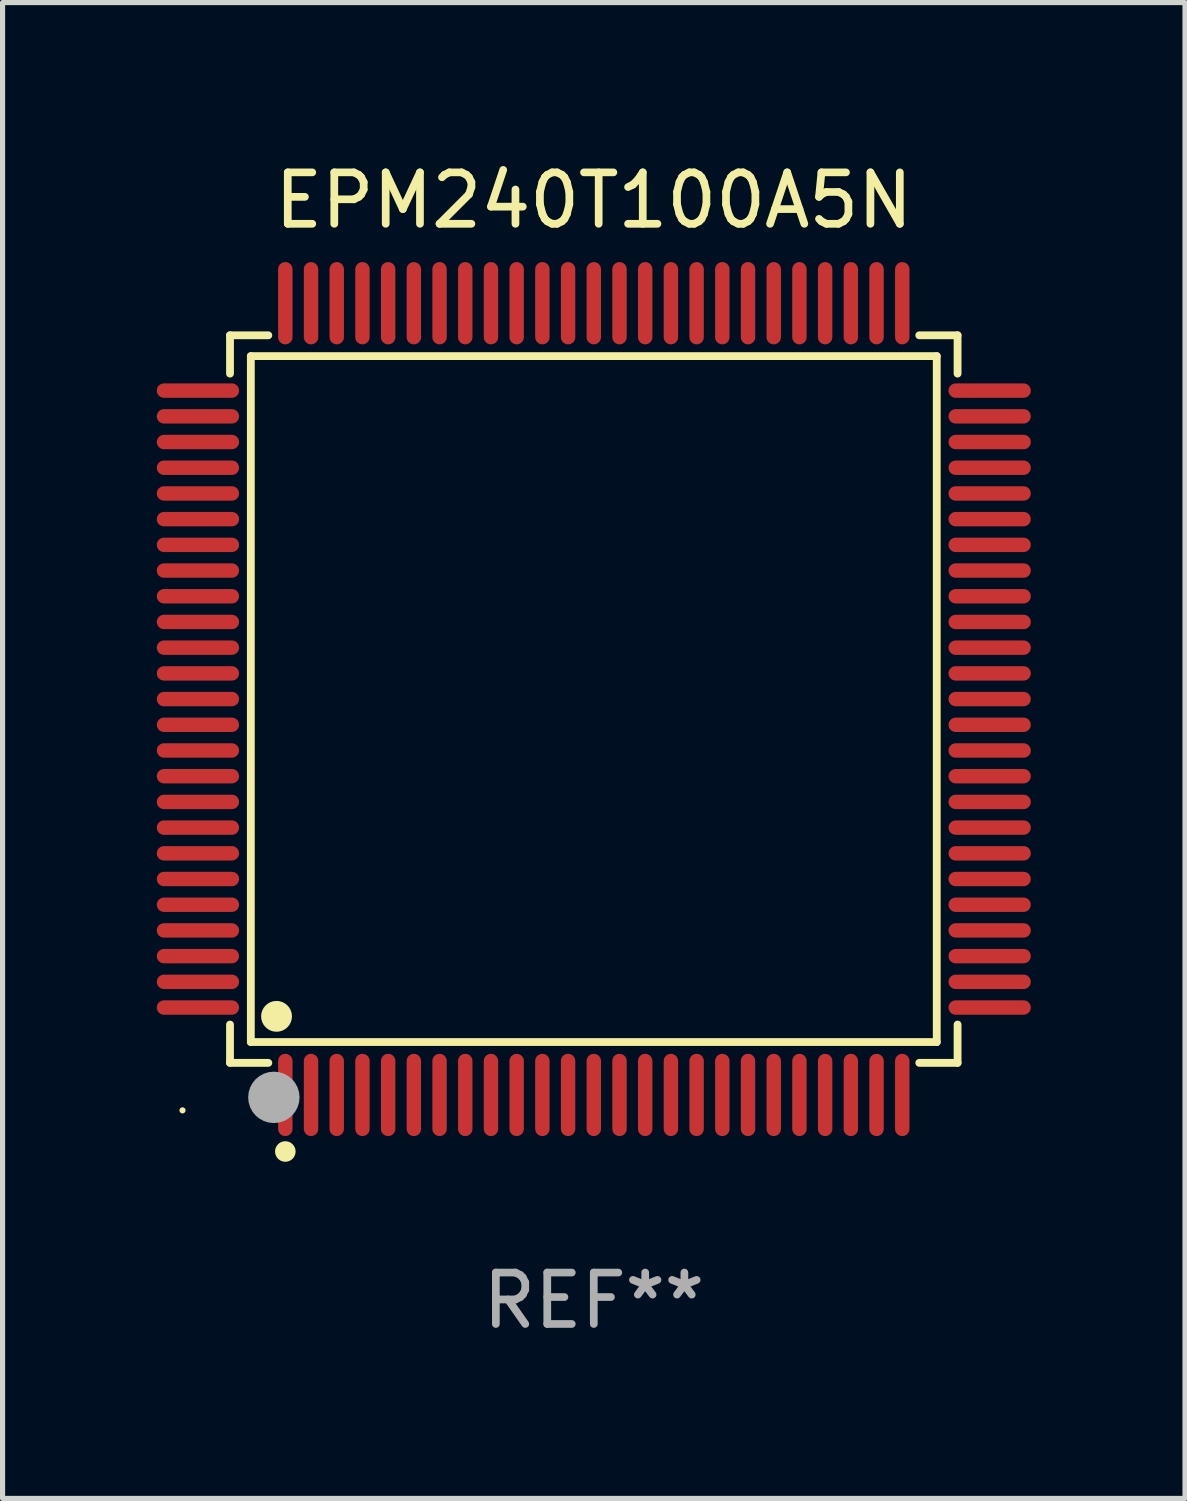
<source format=kicad_pcb>
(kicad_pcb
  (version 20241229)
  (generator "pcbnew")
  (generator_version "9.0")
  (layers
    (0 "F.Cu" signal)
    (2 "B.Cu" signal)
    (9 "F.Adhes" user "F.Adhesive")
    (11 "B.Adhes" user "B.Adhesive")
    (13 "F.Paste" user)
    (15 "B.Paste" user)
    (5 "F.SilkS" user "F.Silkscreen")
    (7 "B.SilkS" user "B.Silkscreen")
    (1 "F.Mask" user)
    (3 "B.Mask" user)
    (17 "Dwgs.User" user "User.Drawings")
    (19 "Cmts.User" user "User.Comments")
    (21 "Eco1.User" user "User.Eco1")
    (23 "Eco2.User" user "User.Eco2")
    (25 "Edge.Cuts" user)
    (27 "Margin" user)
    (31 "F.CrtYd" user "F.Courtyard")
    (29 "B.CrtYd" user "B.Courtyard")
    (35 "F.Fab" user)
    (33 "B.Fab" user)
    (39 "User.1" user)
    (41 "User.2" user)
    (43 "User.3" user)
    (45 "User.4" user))
  (footprint "EPM240T100A5N"
    (layer "F.Cu")
    (at 8.5 10.548)
    (property "Reference" "EPM240T100A5N" (at 0 -9.7 0) (layer "F.SilkS") (effects (font (size 1 1) (thickness 0.15))))
    (attr through_hole)
    (fp_line (start -7.076 -7.076) (end -6.331 -7.076) (stroke (width 0.152) (type solid)) (layer "F.SilkS"))
    (fp_line (start -7.076 -6.331) (end -7.076 -7.076) (stroke (width 0.152) (type solid)) (layer "F.SilkS"))
    (fp_line (start -7.076 6.331) (end -7.076 7.076) (stroke (width 0.152) (type solid)) (layer "F.SilkS"))
    (fp_line (start -7.076 7.076) (end -6.331 7.076) (stroke (width 0.152) (type solid)) (layer "F.SilkS"))
    (fp_line (start -6.671 -6.671) (end 6.671 -6.671) (stroke (width 0.152) (type solid)) (layer "F.SilkS"))
    (fp_line (start -6.671 6.671) (end -6.671 -6.671) (stroke (width 0.152) (type solid)) (layer "F.SilkS"))
    (fp_line (start 6.671 -6.671) (end 6.671 6.671) (stroke (width 0.152) (type solid)) (layer "F.SilkS"))
    (fp_line (start 6.671 6.671) (end -6.671 6.671) (stroke (width 0.152) (type solid)) (layer "F.SilkS"))
    (fp_line (start 7.076 -7.076) (end 6.331 -7.076) (stroke (width 0.152) (type solid)) (layer "F.SilkS"))
    (fp_line (start 7.076 -6.331) (end 7.076 -7.076) (stroke (width 0.152) (type solid)) (layer "F.SilkS"))
    (fp_line (start 7.076 6.331) (end 7.076 7.076) (stroke (width 0.152) (type solid)) (layer "F.SilkS"))
    (fp_line (start 7.076 7.076) (end 6.331 7.076) (stroke (width 0.152) (type solid)) (layer "F.SilkS"))
    (fp_circle (center -8 8) (end -7.97 8) (stroke (width 0.06) (type solid)) (fill no) (layer "F.SilkS"))
    (fp_circle (center -6.171 6.171) (end -6.021 6.171) (stroke (width 0.3) (type solid)) (fill no) (layer "F.SilkS"))
    (fp_circle (center -6 8.8) (end -5.9 8.8) (stroke (width 0.2) (type solid)) (fill no) (layer "F.SilkS"))
    (fp_circle (center -6.223 7.747) (end -5.973 7.747) (stroke (width 0.5) (type solid)) (fill no) (layer "F.Fab"))
    (fp_text user "REF**" (at 0 11.7 0) (layer "F.Fab") (effects (font (size 1 1) (thickness 0.15))))
    (pad "1" smd oval (at -6 7.7) (size 0.28 1.6) (layers "F.Cu" "F.Mask" "F.Paste"))
    (pad "2" smd oval (at -5.5 7.7) (size 0.28 1.6) (layers "F.Cu" "F.Mask" "F.Paste"))
    (pad "3" smd oval (at -5 7.7) (size 0.28 1.6) (layers "F.Cu" "F.Mask" "F.Paste"))
    (pad "4" smd oval (at -4.5 7.7) (size 0.28 1.6) (layers "F.Cu" "F.Mask" "F.Paste"))
    (pad "5" smd oval (at -4 7.7) (size 0.28 1.6) (layers "F.Cu" "F.Mask" "F.Paste"))
    (pad "6" smd oval (at -3.5 7.7) (size 0.28 1.6) (layers "F.Cu" "F.Mask" "F.Paste"))
    (pad "7" smd oval (at -3 7.7) (size 0.28 1.6) (layers "F.Cu" "F.Mask" "F.Paste"))
    (pad "8" smd oval (at -2.5 7.7) (size 0.28 1.6) (layers "F.Cu" "F.Mask" "F.Paste"))
    (pad "9" smd oval (at -2 7.7) (size 0.28 1.6) (layers "F.Cu" "F.Mask" "F.Paste"))
    (pad "10" smd oval (at -1.5 7.7) (size 0.28 1.6) (layers "F.Cu" "F.Mask" "F.Paste"))
    (pad "11" smd oval (at -1 7.7) (size 0.28 1.6) (layers "F.Cu" "F.Mask" "F.Paste"))
    (pad "12" smd oval (at -0.5 7.7) (size 0.28 1.6) (layers "F.Cu" "F.Mask" "F.Paste"))
    (pad "13" smd oval (at 0 7.7) (size 0.28 1.6) (layers "F.Cu" "F.Mask" "F.Paste"))
    (pad "14" smd oval (at 0.5 7.7) (size 0.28 1.6) (layers "F.Cu" "F.Mask" "F.Paste"))
    (pad "15" smd oval (at 1 7.7) (size 0.28 1.6) (layers "F.Cu" "F.Mask" "F.Paste"))
    (pad "16" smd oval (at 1.5 7.7) (size 0.28 1.6) (layers "F.Cu" "F.Mask" "F.Paste"))
    (pad "17" smd oval (at 2 7.7) (size 0.28 1.6) (layers "F.Cu" "F.Mask" "F.Paste"))
    (pad "18" smd oval (at 2.5 7.7) (size 0.28 1.6) (layers "F.Cu" "F.Mask" "F.Paste"))
    (pad "19" smd oval (at 3 7.7) (size 0.28 1.6) (layers "F.Cu" "F.Mask" "F.Paste"))
    (pad "20" smd oval (at 3.5 7.7) (size 0.28 1.6) (layers "F.Cu" "F.Mask" "F.Paste"))
    (pad "21" smd oval (at 4 7.7) (size 0.28 1.6) (layers "F.Cu" "F.Mask" "F.Paste"))
    (pad "22" smd oval (at 4.5 7.7) (size 0.28 1.6) (layers "F.Cu" "F.Mask" "F.Paste"))
    (pad "23" smd oval (at 5 7.7) (size 0.28 1.6) (layers "F.Cu" "F.Mask" "F.Paste"))
    (pad "24" smd oval (at 5.5 7.7) (size 0.28 1.6) (layers "F.Cu" "F.Mask" "F.Paste"))
    (pad "25" smd oval (at 6 7.7) (size 0.28 1.6) (layers "F.Cu" "F.Mask" "F.Paste"))
    (pad "26" smd oval (at 7.7 6) (size 1.6 0.28) (layers "F.Cu" "F.Mask" "F.Paste"))
    (pad "27" smd oval (at 7.7 5.5) (size 1.6 0.28) (layers "F.Cu" "F.Mask" "F.Paste"))
    (pad "28" smd oval (at 7.7 5) (size 1.6 0.28) (layers "F.Cu" "F.Mask" "F.Paste"))
    (pad "29" smd oval (at 7.7 4.5) (size 1.6 0.28) (layers "F.Cu" "F.Mask" "F.Paste"))
    (pad "30" smd oval (at 7.7 4) (size 1.6 0.28) (layers "F.Cu" "F.Mask" "F.Paste"))
    (pad "31" smd oval (at 7.7 3.5) (size 1.6 0.28) (layers "F.Cu" "F.Mask" "F.Paste"))
    (pad "32" smd oval (at 7.7 3) (size 1.6 0.28) (layers "F.Cu" "F.Mask" "F.Paste"))
    (pad "33" smd oval (at 7.7 2.5) (size 1.6 0.28) (layers "F.Cu" "F.Mask" "F.Paste"))
    (pad "34" smd oval (at 7.7 2) (size 1.6 0.28) (layers "F.Cu" "F.Mask" "F.Paste"))
    (pad "35" smd oval (at 7.7 1.5) (size 1.6 0.28) (layers "F.Cu" "F.Mask" "F.Paste"))
    (pad "36" smd oval (at 7.7 1) (size 1.6 0.28) (layers "F.Cu" "F.Mask" "F.Paste"))
    (pad "37" smd oval (at 7.7 0.5) (size 1.6 0.28) (layers "F.Cu" "F.Mask" "F.Paste"))
    (pad "38" smd oval (at 7.7 0) (size 1.6 0.28) (layers "F.Cu" "F.Mask" "F.Paste"))
    (pad "39" smd oval (at 7.7 -0.5) (size 1.6 0.28) (layers "F.Cu" "F.Mask" "F.Paste"))
    (pad "40" smd oval (at 7.7 -1) (size 1.6 0.28) (layers "F.Cu" "F.Mask" "F.Paste"))
    (pad "41" smd oval (at 7.7 -1.5) (size 1.6 0.28) (layers "F.Cu" "F.Mask" "F.Paste"))
    (pad "42" smd oval (at 7.7 -2) (size 1.6 0.28) (layers "F.Cu" "F.Mask" "F.Paste"))
    (pad "43" smd oval (at 7.7 -2.5) (size 1.6 0.28) (layers "F.Cu" "F.Mask" "F.Paste"))
    (pad "44" smd oval (at 7.7 -3) (size 1.6 0.28) (layers "F.Cu" "F.Mask" "F.Paste"))
    (pad "45" smd oval (at 7.7 -3.5) (size 1.6 0.28) (layers "F.Cu" "F.Mask" "F.Paste"))
    (pad "46" smd oval (at 7.7 -4) (size 1.6 0.28) (layers "F.Cu" "F.Mask" "F.Paste"))
    (pad "47" smd oval (at 7.7 -4.5) (size 1.6 0.28) (layers "F.Cu" "F.Mask" "F.Paste"))
    (pad "48" smd oval (at 7.7 -5) (size 1.6 0.28) (layers "F.Cu" "F.Mask" "F.Paste"))
    (pad "49" smd oval (at 7.7 -5.5) (size 1.6 0.28) (layers "F.Cu" "F.Mask" "F.Paste"))
    (pad "50" smd oval (at 7.7 -6) (size 1.6 0.28) (layers "F.Cu" "F.Mask" "F.Paste"))
    (pad "51" smd oval (at 6 -7.7) (size 0.28 1.6) (layers "F.Cu" "F.Mask" "F.Paste"))
    (pad "52" smd oval (at 5.5 -7.7) (size 0.28 1.6) (layers "F.Cu" "F.Mask" "F.Paste"))
    (pad "53" smd oval (at 5 -7.7) (size 0.28 1.6) (layers "F.Cu" "F.Mask" "F.Paste"))
    (pad "54" smd oval (at 4.5 -7.7) (size 0.28 1.6) (layers "F.Cu" "F.Mask" "F.Paste"))
    (pad "55" smd oval (at 4 -7.7) (size 0.28 1.6) (layers "F.Cu" "F.Mask" "F.Paste"))
    (pad "56" smd oval (at 3.5 -7.7) (size 0.28 1.6) (layers "F.Cu" "F.Mask" "F.Paste"))
    (pad "57" smd oval (at 3 -7.7) (size 0.28 1.6) (layers "F.Cu" "F.Mask" "F.Paste"))
    (pad "58" smd oval (at 2.5 -7.7) (size 0.28 1.6) (layers "F.Cu" "F.Mask" "F.Paste"))
    (pad "59" smd oval (at 2 -7.7) (size 0.28 1.6) (layers "F.Cu" "F.Mask" "F.Paste"))
    (pad "60" smd oval (at 1.5 -7.7) (size 0.28 1.6) (layers "F.Cu" "F.Mask" "F.Paste"))
    (pad "61" smd oval (at 1 -7.7) (size 0.28 1.6) (layers "F.Cu" "F.Mask" "F.Paste"))
    (pad "62" smd oval (at 0.5 -7.7) (size 0.28 1.6) (layers "F.Cu" "F.Mask" "F.Paste"))
    (pad "63" smd oval (at 0 -7.7) (size 0.28 1.6) (layers "F.Cu" "F.Mask" "F.Paste"))
    (pad "64" smd oval (at -0.5 -7.7) (size 0.28 1.6) (layers "F.Cu" "F.Mask" "F.Paste"))
    (pad "65" smd oval (at -1 -7.7) (size 0.28 1.6) (layers "F.Cu" "F.Mask" "F.Paste"))
    (pad "66" smd oval (at -1.5 -7.7) (size 0.28 1.6) (layers "F.Cu" "F.Mask" "F.Paste"))
    (pad "67" smd oval (at -2 -7.7) (size 0.28 1.6) (layers "F.Cu" "F.Mask" "F.Paste"))
    (pad "68" smd oval (at -2.5 -7.7) (size 0.28 1.6) (layers "F.Cu" "F.Mask" "F.Paste"))
    (pad "69" smd oval (at -3 -7.7) (size 0.28 1.6) (layers "F.Cu" "F.Mask" "F.Paste"))
    (pad "70" smd oval (at -3.5 -7.7) (size 0.28 1.6) (layers "F.Cu" "F.Mask" "F.Paste"))
    (pad "71" smd oval (at -4 -7.7) (size 0.28 1.6) (layers "F.Cu" "F.Mask" "F.Paste"))
    (pad "72" smd oval (at -4.5 -7.7) (size 0.28 1.6) (layers "F.Cu" "F.Mask" "F.Paste"))
    (pad "73" smd oval (at -5 -7.7) (size 0.28 1.6) (layers "F.Cu" "F.Mask" "F.Paste"))
    (pad "74" smd oval (at -5.5 -7.7) (size 0.28 1.6) (layers "F.Cu" "F.Mask" "F.Paste"))
    (pad "75" smd oval (at -6 -7.7) (size 0.28 1.6) (layers "F.Cu" "F.Mask" "F.Paste"))
    (pad "76" smd oval (at -7.7 -6) (size 1.6 0.28) (layers "F.Cu" "F.Mask" "F.Paste"))
    (pad "77" smd oval (at -7.7 -5.5) (size 1.6 0.28) (layers "F.Cu" "F.Mask" "F.Paste"))
    (pad "78" smd oval (at -7.7 -5) (size 1.6 0.28) (layers "F.Cu" "F.Mask" "F.Paste"))
    (pad "79" smd oval (at -7.7 -4.5) (size 1.6 0.28) (layers "F.Cu" "F.Mask" "F.Paste"))
    (pad "80" smd oval (at -7.7 -4) (size 1.6 0.28) (layers "F.Cu" "F.Mask" "F.Paste"))
    (pad "81" smd oval (at -7.7 -3.5) (size 1.6 0.28) (layers "F.Cu" "F.Mask" "F.Paste"))
    (pad "82" smd oval (at -7.7 -3) (size 1.6 0.28) (layers "F.Cu" "F.Mask" "F.Paste"))
    (pad "83" smd oval (at -7.7 -2.5) (size 1.6 0.28) (layers "F.Cu" "F.Mask" "F.Paste"))
    (pad "84" smd oval (at -7.7 -2) (size 1.6 0.28) (layers "F.Cu" "F.Mask" "F.Paste"))
    (pad "85" smd oval (at -7.7 -1.5) (size 1.6 0.28) (layers "F.Cu" "F.Mask" "F.Paste"))
    (pad "86" smd oval (at -7.7 -1) (size 1.6 0.28) (layers "F.Cu" "F.Mask" "F.Paste"))
    (pad "87" smd oval (at -7.7 -0.5) (size 1.6 0.28) (layers "F.Cu" "F.Mask" "F.Paste"))
    (pad "88" smd oval (at -7.7 0) (size 1.6 0.28) (layers "F.Cu" "F.Mask" "F.Paste"))
    (pad "89" smd oval (at -7.7 0.5) (size 1.6 0.28) (layers "F.Cu" "F.Mask" "F.Paste"))
    (pad "90" smd oval (at -7.7 1) (size 1.6 0.28) (layers "F.Cu" "F.Mask" "F.Paste"))
    (pad "91" smd oval (at -7.7 1.5) (size 1.6 0.28) (layers "F.Cu" "F.Mask" "F.Paste"))
    (pad "92" smd oval (at -7.7 2) (size 1.6 0.28) (layers "F.Cu" "F.Mask" "F.Paste"))
    (pad "93" smd oval (at -7.7 2.5) (size 1.6 0.28) (layers "F.Cu" "F.Mask" "F.Paste"))
    (pad "94" smd oval (at -7.7 3) (size 1.6 0.28) (layers "F.Cu" "F.Mask" "F.Paste"))
    (pad "95" smd oval (at -7.7 3.5) (size 1.6 0.28) (layers "F.Cu" "F.Mask" "F.Paste"))
    (pad "96" smd oval (at -7.7 4) (size 1.6 0.28) (layers "F.Cu" "F.Mask" "F.Paste"))
    (pad "97" smd oval (at -7.7 4.5) (size 1.6 0.28) (layers "F.Cu" "F.Mask" "F.Paste"))
    (pad "98" smd oval (at -7.7 5) (size 1.6 0.28) (layers "F.Cu" "F.Mask" "F.Paste"))
    (pad "99" smd oval (at -7.7 5.5) (size 1.6 0.28) (layers "F.Cu" "F.Mask" "F.Paste"))
    (pad "100" smd oval (at -7.7 6) (size 1.6 0.28) (layers "F.Cu" "F.Mask" "F.Paste")))
  (gr_rect
    (start -3 -3)
    (end 20 26.097)
    (stroke (width 0.1) (type default))
    (fill no)
    (layer "Edge.Cuts")))
</source>
